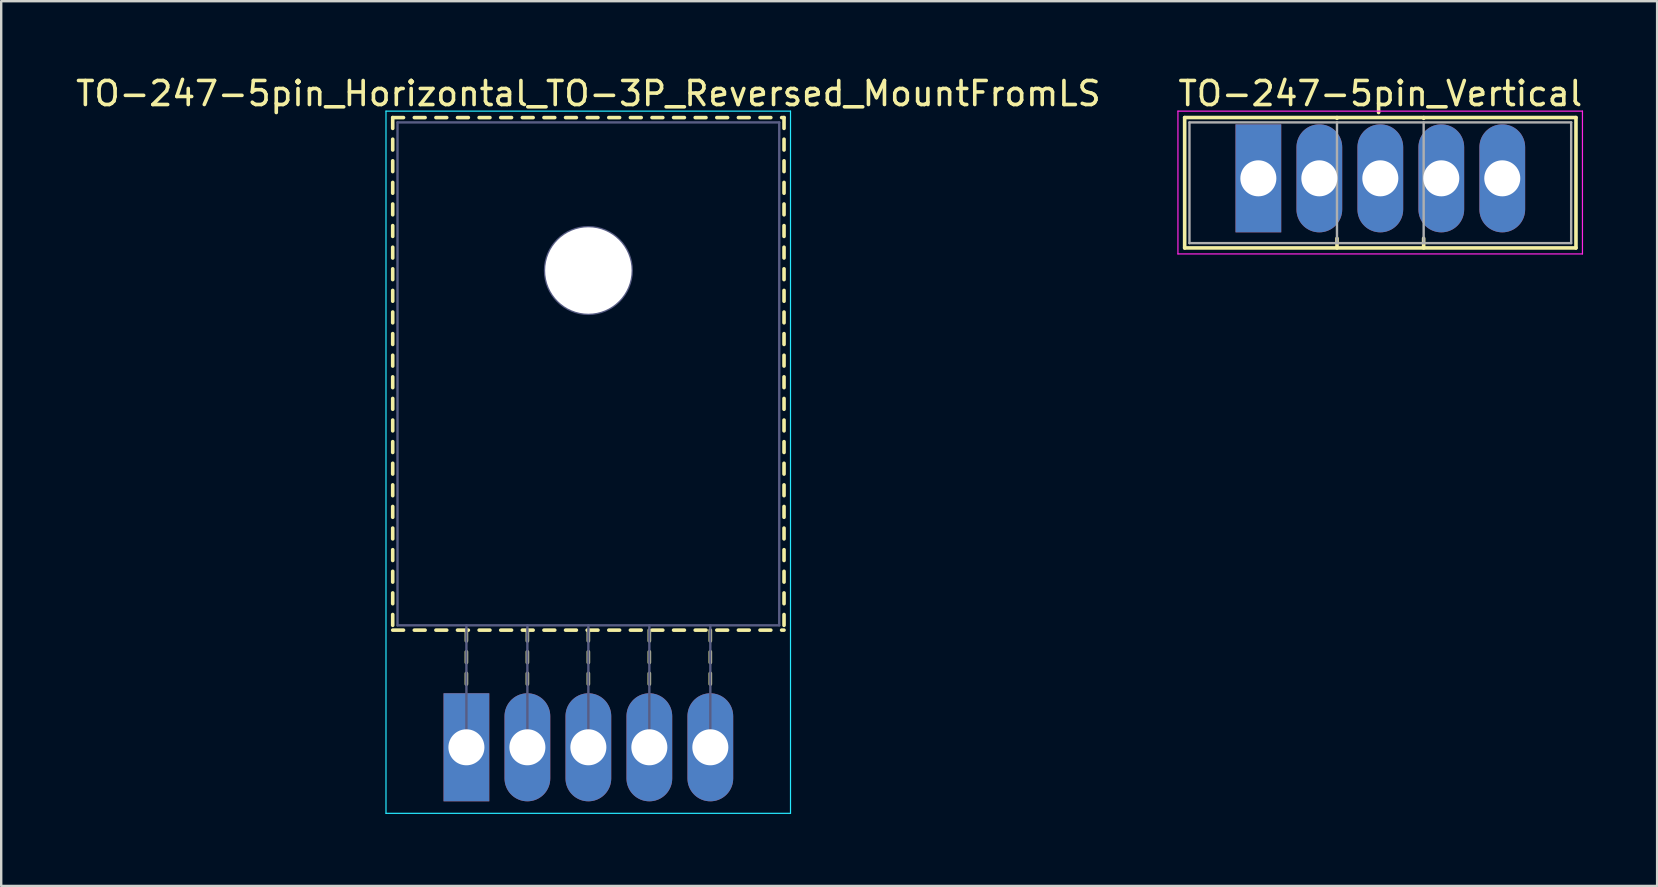
<source format=kicad_pcb>
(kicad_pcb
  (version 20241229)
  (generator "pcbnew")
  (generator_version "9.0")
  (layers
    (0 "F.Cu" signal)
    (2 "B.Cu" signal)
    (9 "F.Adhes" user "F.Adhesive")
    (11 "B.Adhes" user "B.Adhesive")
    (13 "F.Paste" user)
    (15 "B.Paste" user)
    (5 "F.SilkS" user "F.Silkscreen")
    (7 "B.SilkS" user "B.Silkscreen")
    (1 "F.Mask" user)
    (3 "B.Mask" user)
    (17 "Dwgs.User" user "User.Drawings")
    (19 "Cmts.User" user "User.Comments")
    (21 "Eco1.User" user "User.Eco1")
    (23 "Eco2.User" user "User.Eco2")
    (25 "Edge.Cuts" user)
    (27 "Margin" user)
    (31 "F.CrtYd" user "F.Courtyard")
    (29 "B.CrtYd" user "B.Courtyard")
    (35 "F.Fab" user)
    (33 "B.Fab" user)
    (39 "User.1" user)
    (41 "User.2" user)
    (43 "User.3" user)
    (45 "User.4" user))
  (footprint "TO-247-5pin_Vertical"
    (layer "F.Cu")
    (at 49.366 4.378)
    (property "Reference" "TO-247-5pin_Vertical" (at 5.08 -3.53 0) (layer "F.SilkS") (effects (font (size 1 1) (thickness 0.15))))
    (attr through_hole)
    (fp_line (start -3.07 -2.531) (end -3.07 2.9) (stroke (width 0.15) (type solid)) (layer "F.SilkS"))
    (fp_line (start -3.07 -2.531) (end 13.23 -2.531) (stroke (width 0.15) (type solid)) (layer "F.SilkS"))
    (fp_line (start -3.07 2.9) (end 13.23 2.9) (stroke (width 0.15) (type solid)) (layer "F.SilkS"))
    (fp_line (start 3.276 -2.531) (end 3.276 -2.5) (stroke (width 0.15) (type solid)) (layer "F.SilkS"))
    (fp_line (start 3.276 2.5) (end 3.276 2.9) (stroke (width 0.15) (type solid)) (layer "F.SilkS"))
    (fp_line (start 6.885 -2.531) (end 6.885 -2.5) (stroke (width 0.15) (type solid)) (layer "F.SilkS"))
    (fp_line (start 6.885 2.5) (end 6.885 2.9) (stroke (width 0.15) (type solid)) (layer "F.SilkS"))
    (fp_line (start 13.23 -2.531) (end 13.23 2.9) (stroke (width 0.15) (type solid)) (layer "F.SilkS"))
    (fp_line (start -3.35 -2.8) (end -3.35 3.15) (stroke (width 0.05) (type solid)) (layer "F.CrtYd"))
    (fp_line (start -3.35 3.15) (end 13.5 3.15) (stroke (width 0.05) (type solid)) (layer "F.CrtYd"))
    (fp_line (start 13.5 -2.8) (end -3.35 -2.8) (stroke (width 0.05) (type solid)) (layer "F.CrtYd"))
    (fp_line (start 13.5 3.15) (end 13.5 -2.8) (stroke (width 0.05) (type solid)) (layer "F.CrtYd"))
    (fp_line (start -2.87 -2.33) (end -2.87 2.7) (stroke (width 0.1) (type solid)) (layer "F.Fab"))
    (fp_line (start -2.87 2.7) (end 13.03 2.7) (stroke (width 0.1) (type solid)) (layer "F.Fab"))
    (fp_line (start 3.275 -2.33) (end 3.275 2.7) (stroke (width 0.1) (type solid)) (layer "F.Fab"))
    (fp_line (start 6.885 -2.33) (end 6.885 2.7) (stroke (width 0.1) (type solid)) (layer "F.Fab"))
    (fp_line (start 13.03 -2.33) (end -2.87 -2.33) (stroke (width 0.1) (type solid)) (layer "F.Fab"))
    (fp_line (start 13.03 2.7) (end 13.03 -2.33) (stroke (width 0.1) (type solid)) (layer "F.Fab"))
    (pad "1" thru_hole rect (at 0 0) (size 1.905 4.5) (drill 1.5) (layers "*.Cu" "*.Mask"))
    (pad "2" thru_hole oval (at 2.54 0) (size 1.905 4.5) (drill 1.5) (layers "*.Cu" "*.Mask"))
    (pad "3" thru_hole oval (at 5.08 0) (size 1.905 4.5) (drill 1.5) (layers "*.Cu" "*.Mask"))
    (pad "4" thru_hole oval (at 7.62 0) (size 1.905 4.5) (drill 1.5) (layers "*.Cu" "*.Mask"))
    (pad "5" thru_hole oval (at 10.16 0) (size 1.905 4.5) (drill 1.5) (layers "*.Cu" "*.Mask")))
  (footprint "TO-247-5pin_Horizontal_TO-3P_Reversed_MountFromLS"
    (layer "F.Cu")
    (at 16.378 28.078)
    (property "Reference" "TO-247-5pin_Horizontal_TO-3P_Reversed_MountFromLS" (at 5.08 -27.23 0) (layer "F.SilkS") (effects (font (size 1 1) (thickness 0.15))))
    (attr through_hole)
    (fp_line (start -3.07 -26.23) (end -3.07 -25.78) (stroke (width 0.15) (type solid)) (layer "F.SilkS"))
    (fp_line (start -3.07 -26.23) (end -2.62 -26.23) (stroke (width 0.15) (type solid)) (layer "F.SilkS"))
    (fp_line (start -3.07 -25.33) (end -3.07 -24.88) (stroke (width 0.15) (type solid)) (layer "F.SilkS"))
    (fp_line (start -3.07 -24.43) (end -3.07 -23.98) (stroke (width 0.15) (type solid)) (layer "F.SilkS"))
    (fp_line (start -3.07 -23.53) (end -3.07 -23.08) (stroke (width 0.15) (type solid)) (layer "F.SilkS"))
    (fp_line (start -3.07 -22.631) (end -3.07 -22.181) (stroke (width 0.15) (type solid)) (layer "F.SilkS"))
    (fp_line (start -3.07 -21.731) (end -3.07 -21.281) (stroke (width 0.15) (type solid)) (layer "F.SilkS"))
    (fp_line (start -3.07 -20.831) (end -3.07 -20.381) (stroke (width 0.15) (type solid)) (layer "F.SilkS"))
    (fp_line (start -3.07 -19.931) (end -3.07 -19.481) (stroke (width 0.15) (type solid)) (layer "F.SilkS"))
    (fp_line (start -3.07 -19.031) (end -3.07 -18.581) (stroke (width 0.15) (type solid)) (layer "F.SilkS"))
    (fp_line (start -3.07 -18.131) (end -3.07 -17.681) (stroke (width 0.15) (type solid)) (layer "F.SilkS"))
    (fp_line (start -3.07 -17.231) (end -3.07 -16.781) (stroke (width 0.15) (type solid)) (layer "F.SilkS"))
    (fp_line (start -3.07 -16.331) (end -3.07 -15.881) (stroke (width 0.15) (type solid)) (layer "F.SilkS"))
    (fp_line (start -3.07 -15.431) (end -3.07 -14.981) (stroke (width 0.15) (type solid)) (layer "F.SilkS"))
    (fp_line (start -3.07 -14.531) (end -3.07 -14.081) (stroke (width 0.15) (type solid)) (layer "F.SilkS"))
    (fp_line (start -3.07 -13.631) (end -3.07 -13.181) (stroke (width 0.15) (type solid)) (layer "F.SilkS"))
    (fp_line (start -3.07 -12.731) (end -3.07 -12.281) (stroke (width 0.15) (type solid)) (layer "F.SilkS"))
    (fp_line (start -3.07 -11.831) (end -3.07 -11.381) (stroke (width 0.15) (type solid)) (layer "F.SilkS"))
    (fp_line (start -3.07 -10.931) (end -3.07 -10.481) (stroke (width 0.15) (type solid)) (layer "F.SilkS"))
    (fp_line (start -3.07 -10.031) (end -3.07 -9.581) (stroke (width 0.15) (type solid)) (layer "F.SilkS"))
    (fp_line (start -3.07 -9.131) (end -3.07 -8.681) (stroke (width 0.15) (type solid)) (layer "F.SilkS"))
    (fp_line (start -3.07 -8.231) (end -3.07 -7.781) (stroke (width 0.15) (type solid)) (layer "F.SilkS"))
    (fp_line (start -3.07 -7.331) (end -3.07 -6.881) (stroke (width 0.15) (type solid)) (layer "F.SilkS"))
    (fp_line (start -3.07 -6.431) (end -3.07 -5.981) (stroke (width 0.15) (type solid)) (layer "F.SilkS"))
    (fp_line (start -3.07 -5.531) (end -3.07 -5.081) (stroke (width 0.15) (type solid)) (layer "F.SilkS"))
    (fp_line (start -3.07 -4.88) (end -2.62 -4.88) (stroke (width 0.15) (type solid)) (layer "F.SilkS"))
    (fp_line (start -2.17 -26.23) (end -1.72 -26.23) (stroke (width 0.15) (type solid)) (layer "F.SilkS"))
    (fp_line (start -2.17 -4.88) (end -1.72 -4.88) (stroke (width 0.15) (type solid)) (layer "F.SilkS"))
    (fp_line (start -1.27 -26.23) (end -0.82 -26.23) (stroke (width 0.15) (type solid)) (layer "F.SilkS"))
    (fp_line (start -1.27 -4.88) (end -0.82 -4.88) (stroke (width 0.15) (type solid)) (layer "F.SilkS"))
    (fp_line (start -0.371 -26.23) (end 0.08 -26.23) (stroke (width 0.15) (type solid)) (layer "F.SilkS"))
    (fp_line (start -0.371 -4.88) (end 0.08 -4.88) (stroke (width 0.15) (type solid)) (layer "F.SilkS"))
    (fp_line (start 0 -4.88) (end 0 -4.43) (stroke (width 0.15) (type solid)) (layer "F.SilkS"))
    (fp_line (start 0 -3.98) (end 0 -3.53) (stroke (width 0.15) (type solid)) (layer "F.SilkS"))
    (fp_line (start 0 -3.08) (end 0 -2.63) (stroke (width 0.15) (type solid)) (layer "F.SilkS"))
    (fp_line (start 0.53 -26.23) (end 0.98 -26.23) (stroke (width 0.15) (type solid)) (layer "F.SilkS"))
    (fp_line (start 0.53 -4.88) (end 0.98 -4.88) (stroke (width 0.15) (type solid)) (layer "F.SilkS"))
    (fp_line (start 1.43 -26.23) (end 1.88 -26.23) (stroke (width 0.15) (type solid)) (layer "F.SilkS"))
    (fp_line (start 1.43 -4.88) (end 1.88 -4.88) (stroke (width 0.15) (type solid)) (layer "F.SilkS"))
    (fp_line (start 2.33 -26.23) (end 2.78 -26.23) (stroke (width 0.15) (type solid)) (layer "F.SilkS"))
    (fp_line (start 2.33 -4.88) (end 2.78 -4.88) (stroke (width 0.15) (type solid)) (layer "F.SilkS"))
    (fp_line (start 2.54 -4.88) (end 2.54 -4.43) (stroke (width 0.15) (type solid)) (layer "F.SilkS"))
    (fp_line (start 2.54 -3.98) (end 2.54 -3.53) (stroke (width 0.15) (type solid)) (layer "F.SilkS"))
    (fp_line (start 2.54 -3.08) (end 2.54 -2.63) (stroke (width 0.15) (type solid)) (layer "F.SilkS"))
    (fp_line (start 3.23 -26.23) (end 3.68 -26.23) (stroke (width 0.15) (type solid)) (layer "F.SilkS"))
    (fp_line (start 3.23 -4.88) (end 3.68 -4.88) (stroke (width 0.15) (type solid)) (layer "F.SilkS"))
    (fp_line (start 4.13 -26.23) (end 4.58 -26.23) (stroke (width 0.15) (type solid)) (layer "F.SilkS"))
    (fp_line (start 4.13 -4.88) (end 4.58 -4.88) (stroke (width 0.15) (type solid)) (layer "F.SilkS"))
    (fp_line (start 5.03 -26.23) (end 5.48 -26.23) (stroke (width 0.15) (type solid)) (layer "F.SilkS"))
    (fp_line (start 5.03 -4.88) (end 5.48 -4.88) (stroke (width 0.15) (type solid)) (layer "F.SilkS"))
    (fp_line (start 5.08 -4.88) (end 5.08 -4.43) (stroke (width 0.15) (type solid)) (layer "F.SilkS"))
    (fp_line (start 5.08 -3.98) (end 5.08 -3.53) (stroke (width 0.15) (type solid)) (layer "F.SilkS"))
    (fp_line (start 5.08 -3.08) (end 5.08 -2.63) (stroke (width 0.15) (type solid)) (layer "F.SilkS"))
    (fp_line (start 5.931 -26.23) (end 6.381 -26.23) (stroke (width 0.15) (type solid)) (layer "F.SilkS"))
    (fp_line (start 5.931 -4.88) (end 6.381 -4.88) (stroke (width 0.15) (type solid)) (layer "F.SilkS"))
    (fp_line (start 6.831 -26.23) (end 7.281 -26.23) (stroke (width 0.15) (type solid)) (layer "F.SilkS"))
    (fp_line (start 6.831 -4.88) (end 7.281 -4.88) (stroke (width 0.15) (type solid)) (layer "F.SilkS"))
    (fp_line (start 7.62 -4.88) (end 7.62 -4.43) (stroke (width 0.15) (type solid)) (layer "F.SilkS"))
    (fp_line (start 7.62 -3.98) (end 7.62 -3.53) (stroke (width 0.15) (type solid)) (layer "F.SilkS"))
    (fp_line (start 7.62 -3.08) (end 7.62 -2.63) (stroke (width 0.15) (type solid)) (layer "F.SilkS"))
    (fp_line (start 7.731 -26.23) (end 8.181 -26.23) (stroke (width 0.15) (type solid)) (layer "F.SilkS"))
    (fp_line (start 7.731 -4.88) (end 8.181 -4.88) (stroke (width 0.15) (type solid)) (layer "F.SilkS"))
    (fp_line (start 8.63 -26.23) (end 9.08 -26.23) (stroke (width 0.15) (type solid)) (layer "F.SilkS"))
    (fp_line (start 8.63 -4.88) (end 9.08 -4.88) (stroke (width 0.15) (type solid)) (layer "F.SilkS"))
    (fp_line (start 9.53 -26.23) (end 9.98 -26.23) (stroke (width 0.15) (type solid)) (layer "F.SilkS"))
    (fp_line (start 9.53 -4.88) (end 9.98 -4.88) (stroke (width 0.15) (type solid)) (layer "F.SilkS"))
    (fp_line (start 10.16 -4.88) (end 10.16 -4.43) (stroke (width 0.15) (type solid)) (layer "F.SilkS"))
    (fp_line (start 10.16 -3.98) (end 10.16 -3.53) (stroke (width 0.15) (type solid)) (layer "F.SilkS"))
    (fp_line (start 10.16 -3.08) (end 10.16 -2.63) (stroke (width 0.15) (type solid)) (layer "F.SilkS"))
    (fp_line (start 10.43 -26.23) (end 10.88 -26.23) (stroke (width 0.15) (type solid)) (layer "F.SilkS"))
    (fp_line (start 10.43 -4.88) (end 10.88 -4.88) (stroke (width 0.15) (type solid)) (layer "F.SilkS"))
    (fp_line (start 11.33 -26.23) (end 11.78 -26.23) (stroke (width 0.15) (type solid)) (layer "F.SilkS"))
    (fp_line (start 11.33 -4.88) (end 11.78 -4.88) (stroke (width 0.15) (type solid)) (layer "F.SilkS"))
    (fp_line (start 12.23 -26.23) (end 12.68 -26.23) (stroke (width 0.15) (type solid)) (layer "F.SilkS"))
    (fp_line (start 12.23 -4.88) (end 12.68 -4.88) (stroke (width 0.15) (type solid)) (layer "F.SilkS"))
    (fp_line (start 13.13 -26.23) (end 13.23 -26.23) (stroke (width 0.15) (type solid)) (layer "F.SilkS"))
    (fp_line (start 13.13 -4.88) (end 13.23 -4.88) (stroke (width 0.15) (type solid)) (layer "F.SilkS"))
    (fp_line (start 13.23 -26.23) (end 13.23 -25.78) (stroke (width 0.15) (type solid)) (layer "F.SilkS"))
    (fp_line (start 13.23 -25.33) (end 13.23 -24.88) (stroke (width 0.15) (type solid)) (layer "F.SilkS"))
    (fp_line (start 13.23 -24.43) (end 13.23 -23.98) (stroke (width 0.15) (type solid)) (layer "F.SilkS"))
    (fp_line (start 13.23 -23.53) (end 13.23 -23.08) (stroke (width 0.15) (type solid)) (layer "F.SilkS"))
    (fp_line (start 13.23 -22.631) (end 13.23 -22.181) (stroke (width 0.15) (type solid)) (layer "F.SilkS"))
    (fp_line (start 13.23 -21.731) (end 13.23 -21.281) (stroke (width 0.15) (type solid)) (layer "F.SilkS"))
    (fp_line (start 13.23 -20.831) (end 13.23 -20.381) (stroke (width 0.15) (type solid)) (layer "F.SilkS"))
    (fp_line (start 13.23 -19.931) (end 13.23 -19.481) (stroke (width 0.15) (type solid)) (layer "F.SilkS"))
    (fp_line (start 13.23 -19.031) (end 13.23 -18.581) (stroke (width 0.15) (type solid)) (layer "F.SilkS"))
    (fp_line (start 13.23 -18.131) (end 13.23 -17.681) (stroke (width 0.15) (type solid)) (layer "F.SilkS"))
    (fp_line (start 13.23 -17.231) (end 13.23 -16.781) (stroke (width 0.15) (type solid)) (layer "F.SilkS"))
    (fp_line (start 13.23 -16.331) (end 13.23 -15.881) (stroke (width 0.15) (type solid)) (layer "F.SilkS"))
    (fp_line (start 13.23 -15.431) (end 13.23 -14.981) (stroke (width 0.15) (type solid)) (layer "F.SilkS"))
    (fp_line (start 13.23 -14.531) (end 13.23 -14.081) (stroke (width 0.15) (type solid)) (layer "F.SilkS"))
    (fp_line (start 13.23 -13.631) (end 13.23 -13.181) (stroke (width 0.15) (type solid)) (layer "F.SilkS"))
    (fp_line (start 13.23 -12.731) (end 13.23 -12.281) (stroke (width 0.15) (type solid)) (layer "F.SilkS"))
    (fp_line (start 13.23 -11.831) (end 13.23 -11.381) (stroke (width 0.15) (type solid)) (layer "F.SilkS"))
    (fp_line (start 13.23 -10.931) (end 13.23 -10.481) (stroke (width 0.15) (type solid)) (layer "F.SilkS"))
    (fp_line (start 13.23 -10.031) (end 13.23 -9.581) (stroke (width 0.15) (type solid)) (layer "F.SilkS"))
    (fp_line (start 13.23 -9.131) (end 13.23 -8.681) (stroke (width 0.15) (type solid)) (layer "F.SilkS"))
    (fp_line (start 13.23 -8.231) (end 13.23 -7.781) (stroke (width 0.15) (type solid)) (layer "F.SilkS"))
    (fp_line (start 13.23 -7.331) (end 13.23 -6.881) (stroke (width 0.15) (type solid)) (layer "F.SilkS"))
    (fp_line (start 13.23 -6.431) (end 13.23 -5.981) (stroke (width 0.15) (type solid)) (layer "F.SilkS"))
    (fp_line (start 13.23 -5.531) (end 13.23 -5.081) (stroke (width 0.15) (type solid)) (layer "F.SilkS"))
    (fp_line (start -3.35 -26.5) (end -3.35 2.75) (stroke (width 0.05) (type solid)) (layer "B.CrtYd"))
    (fp_line (start -3.35 2.75) (end 13.5 2.75) (stroke (width 0.05) (type solid)) (layer "B.CrtYd"))
    (fp_line (start 13.5 -26.5) (end -3.35 -26.5) (stroke (width 0.05) (type solid)) (layer "B.CrtYd"))
    (fp_line (start 13.5 2.75) (end 13.5 -26.5) (stroke (width 0.05) (type solid)) (layer "B.CrtYd"))
    (fp_line (start -2.87 -26.03) (end 13.03 -26.03) (stroke (width 0.1) (type solid)) (layer "B.Fab"))
    (fp_line (start -2.87 -5.08) (end -2.87 -26.03) (stroke (width 0.1) (type solid)) (layer "B.Fab"))
    (fp_line (start 0 -5.08) (end 0 0) (stroke (width 0.1) (type solid)) (layer "B.Fab"))
    (fp_line (start 2.54 -5.08) (end 2.54 0) (stroke (width 0.1) (type solid)) (layer "B.Fab"))
    (fp_line (start 5.08 -5.08) (end 5.08 0) (stroke (width 0.1) (type solid)) (layer "B.Fab"))
    (fp_line (start 7.62 -5.08) (end 7.62 0) (stroke (width 0.1) (type solid)) (layer "B.Fab"))
    (fp_line (start 10.16 -5.08) (end 10.16 0) (stroke (width 0.1) (type solid)) (layer "B.Fab"))
    (fp_line (start 13.03 -26.03) (end 13.03 -5.08) (stroke (width 0.1) (type solid)) (layer "B.Fab"))
    (fp_line (start 13.03 -5.08) (end -2.87 -5.08) (stroke (width 0.1) (type solid)) (layer "B.Fab"))
    (fp_circle (center 5.08 -19.86) (end 6.885 -19.86) (stroke (width 0.1) (type solid)) (fill no) (layer "B.Fab"))
    (pad "" np_thru_hole oval (at 5.08 -19.86) (size 3.6 3.6) (drill 3.6) (layers "*.Cu" "*.Mask"))
    (pad "1" thru_hole rect (at 0 0) (size 1.905 4.5) (drill 1.5) (layers "*.Cu" "*.Mask"))
    (pad "2" thru_hole oval (at 2.54 0) (size 1.905 4.5) (drill 1.5) (layers "*.Cu" "*.Mask"))
    (pad "3" thru_hole oval (at 5.08 0) (size 1.905 4.5) (drill 1.5) (layers "*.Cu" "*.Mask"))
    (pad "4" thru_hole oval (at 7.62 0) (size 1.905 4.5) (drill 1.5) (layers "*.Cu" "*.Mask"))
    (pad "5" thru_hole oval (at 10.16 0) (size 1.905 4.5) (drill 1.5) (layers "*.Cu" "*.Mask")))
  (gr_rect
    (start -3 -3)
    (end 65.976 33.853)
    (stroke (width 0.1) (type default))
    (fill no)
    (layer "Edge.Cuts")))
</source>
